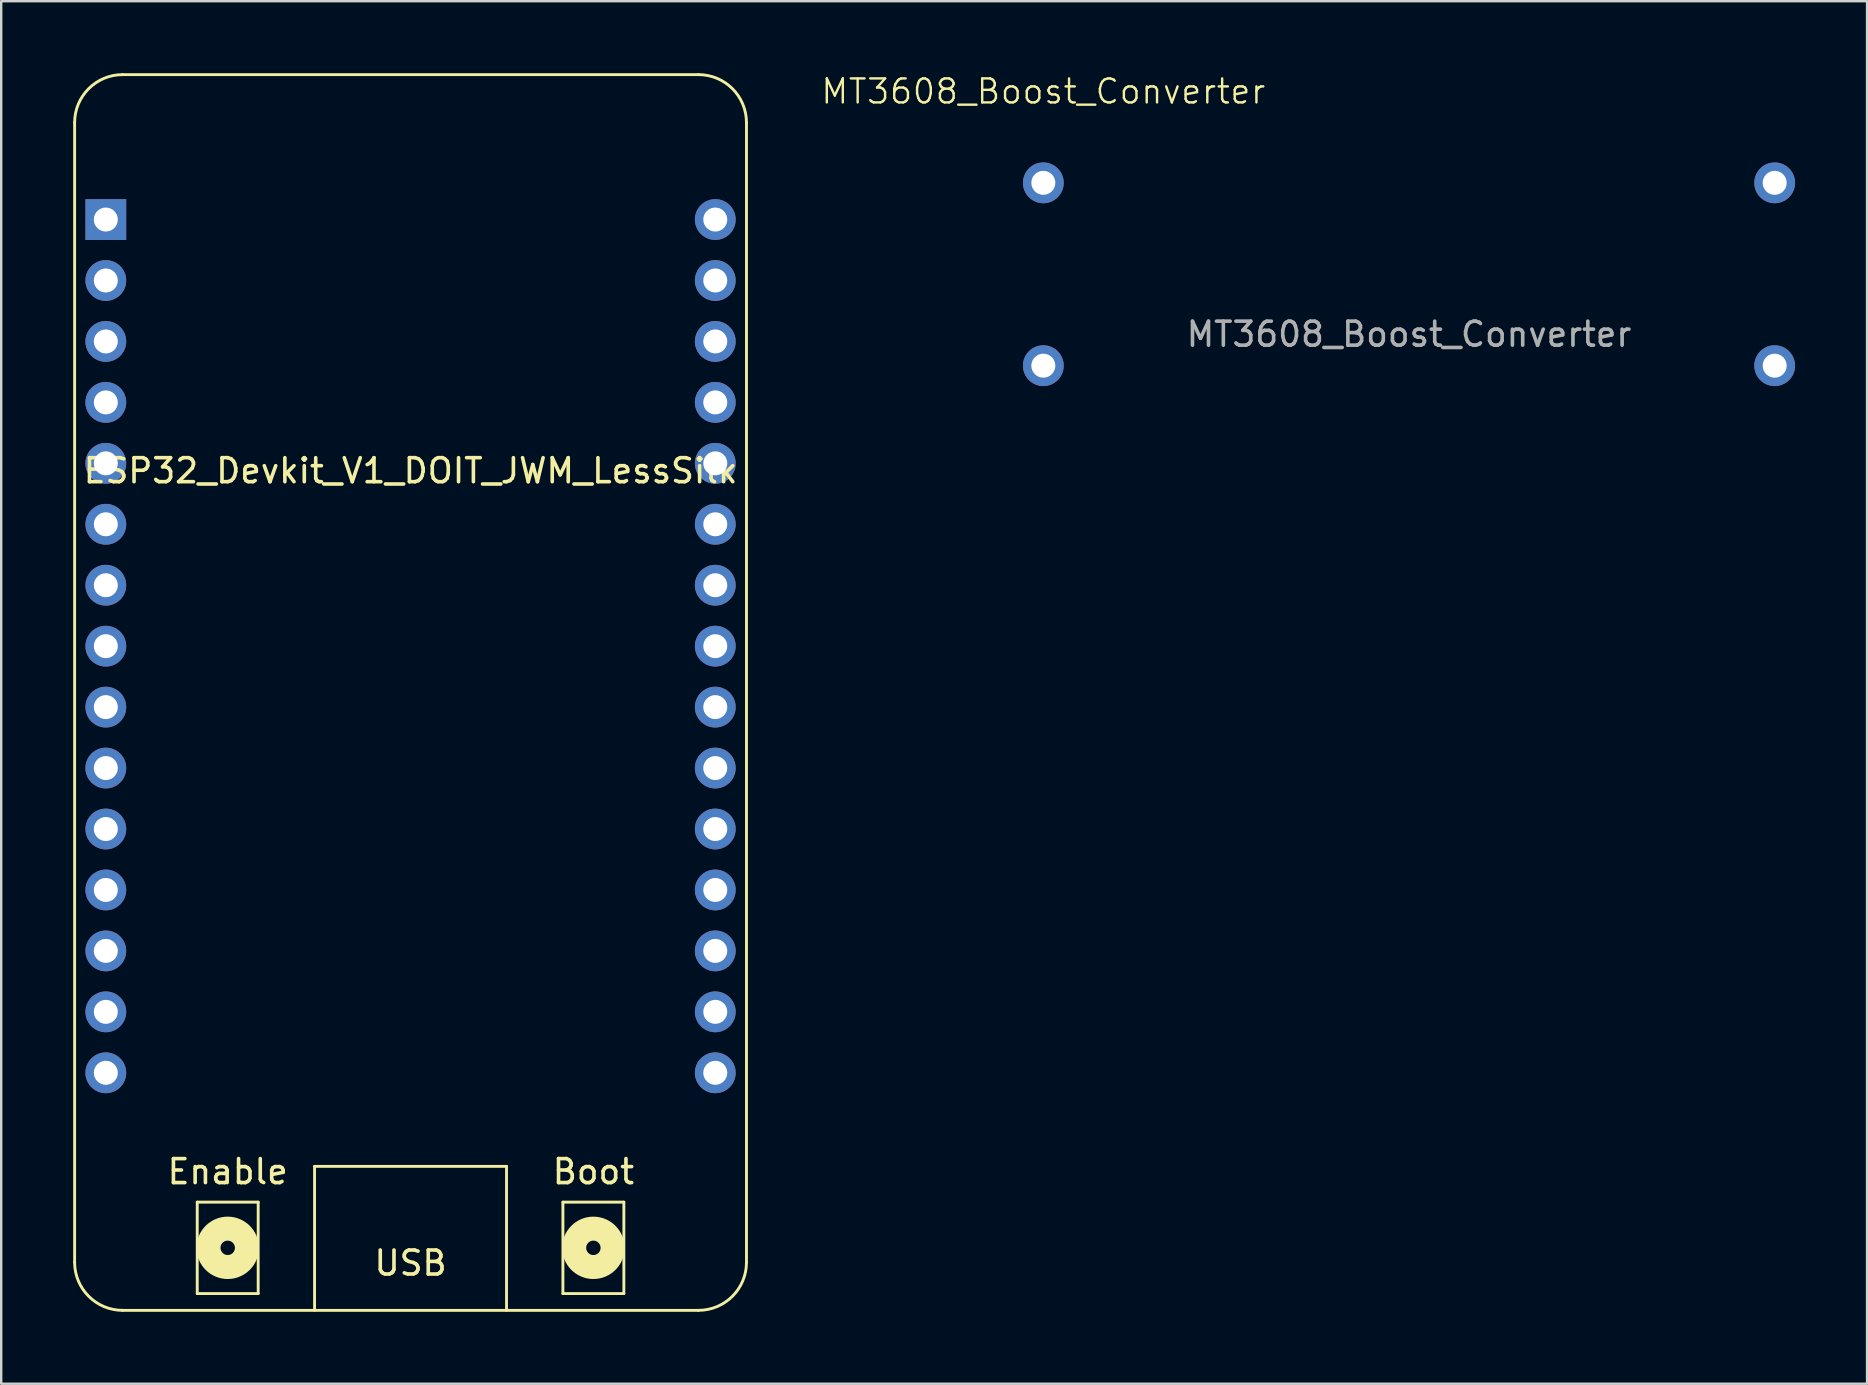
<source format=kicad_pcb>
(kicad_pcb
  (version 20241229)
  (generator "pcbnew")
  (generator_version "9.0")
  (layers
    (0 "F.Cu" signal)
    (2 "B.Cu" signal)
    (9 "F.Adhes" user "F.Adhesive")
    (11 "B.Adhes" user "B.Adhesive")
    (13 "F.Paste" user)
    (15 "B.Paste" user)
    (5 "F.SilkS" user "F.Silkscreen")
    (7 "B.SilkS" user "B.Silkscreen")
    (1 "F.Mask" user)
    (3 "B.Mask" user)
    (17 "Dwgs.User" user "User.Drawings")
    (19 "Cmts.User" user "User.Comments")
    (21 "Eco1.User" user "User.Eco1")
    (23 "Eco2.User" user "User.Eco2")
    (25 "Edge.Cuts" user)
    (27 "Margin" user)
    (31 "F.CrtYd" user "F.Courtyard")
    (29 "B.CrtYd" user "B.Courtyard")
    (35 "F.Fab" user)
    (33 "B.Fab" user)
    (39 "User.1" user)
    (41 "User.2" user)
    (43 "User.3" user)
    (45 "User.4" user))
  (footprint "ESP32_Devkit_V1_DOIT_JWM_LessSilk"
    (layer "F.Cu")
    (at 14.06 6.1)
    (property "Reference" "ESP32_Devkit_V1_DOIT_JWM_LessSilk" (at 0 10.47 0) (layer "F.SilkS") (effects (font (size 1 1) (thickness 0.15))))
    (attr through_hole)
    (fp_line (start -14 -4.04) (end -14 43.46) (stroke (width 0.12) (type solid)) (layer "F.SilkS"))
    (fp_line (start -12 -6.04) (end 12 -6.04) (stroke (width 0.12) (type solid)) (layer "F.SilkS"))
    (fp_line (start -12 45.46) (end 12 45.46) (stroke (width 0.12) (type solid)) (layer "F.SilkS"))
    (fp_line (start -8.89 40.95) (end -6.35 40.95) (stroke (width 0.12) (type solid)) (layer "F.SilkS"))
    (fp_line (start -8.89 44.76) (end -8.89 40.95) (stroke (width 0.12) (type solid)) (layer "F.SilkS"))
    (fp_line (start -6.35 40.95) (end -6.35 44.76) (stroke (width 0.12) (type solid)) (layer "F.SilkS"))
    (fp_line (start -6.35 44.76) (end -8.89 44.76) (stroke (width 0.12) (type solid)) (layer "F.SilkS"))
    (fp_line (start -4 39.46) (end -4 45.46) (stroke (width 0.12) (type solid)) (layer "F.SilkS"))
    (fp_line (start -4 39.46) (end 4 39.46) (stroke (width 0.12) (type solid)) (layer "F.SilkS"))
    (fp_line (start 4 39.46) (end 4 45.46) (stroke (width 0.12) (type solid)) (layer "F.SilkS"))
    (fp_line (start 6.35 40.95) (end 8.89 40.95) (stroke (width 0.12) (type solid)) (layer "F.SilkS"))
    (fp_line (start 6.35 44.76) (end 6.35 40.95) (stroke (width 0.12) (type solid)) (layer "F.SilkS"))
    (fp_line (start 8.89 40.95) (end 8.89 44.76) (stroke (width 0.12) (type solid)) (layer "F.SilkS"))
    (fp_line (start 8.89 44.76) (end 6.35 44.76) (stroke (width 0.12) (type solid)) (layer "F.SilkS"))
    (fp_line (start 14 43.46) (end 14 -4.04) (stroke (width 0.12) (type solid)) (layer "F.SilkS"))
    (fp_arc (start -14 -4.04) (mid -13.414214 -5.454214) (end -12 -6.04) (stroke (width 0.12) (type solid)) (layer "F.SilkS"))
    (fp_arc (start -12 45.46) (mid -13.414214 44.874214) (end -14 43.46) (stroke (width 0.12) (type solid)) (layer "F.SilkS"))
    (fp_arc (start 12 -6.04) (mid 13.414214 -5.454214) (end 14 -4.04) (stroke (width 0.12) (type solid)) (layer "F.SilkS"))
    (fp_arc (start 14 43.46) (mid 13.414214 44.874214) (end 12 45.46) (stroke (width 0.12) (type solid)) (layer "F.SilkS"))
    (fp_circle (center -7.62 42.855) (end -7.32 42.855) (stroke (width 1) (type solid)) (fill no) (layer "F.SilkS"))
    (fp_circle (center 7.62 42.855) (end 7.92 42.855) (stroke (width 1) (type solid)) (fill no) (layer "F.SilkS"))
    (fp_text user "USB" (at 0 43.49 0) (layer "F.SilkS") (effects (font (size 1 1) (thickness 0.15))))
    (fp_text user "Boot" (at 7.62 39.68 0) (layer "F.SilkS") (effects (font (size 1 1) (thickness 0.15))))
    (fp_text user "Enable" (at -7.62 39.68 0) (layer "F.SilkS") (effects (font (size 1 1) (thickness 0.15))))
    (pad "1" thru_hole rect (at -12.7 0) (size 1.7 1.7) (drill 1) (layers "*.Cu" "*.Mask"))
    (pad "2" thru_hole oval (at -12.7 2.54) (size 1.7 1.7) (drill 1) (layers "*.Cu" "*.Mask"))
    (pad "3" thru_hole oval (at -12.7 5.08) (size 1.7 1.7) (drill 1) (layers "*.Cu" "*.Mask"))
    (pad "4" thru_hole oval (at -12.7 7.62) (size 1.7 1.7) (drill 1) (layers "*.Cu" "*.Mask"))
    (pad "5" thru_hole oval (at -12.7 10.16) (size 1.7 1.7) (drill 1) (layers "*.Cu" "*.Mask"))
    (pad "6" thru_hole oval (at -12.7 12.7) (size 1.7 1.7) (drill 1) (layers "*.Cu" "*.Mask"))
    (pad "7" thru_hole oval (at -12.7 15.24) (size 1.7 1.7) (drill 1) (layers "*.Cu" "*.Mask"))
    (pad "8" thru_hole oval (at -12.7 17.78) (size 1.7 1.7) (drill 1) (layers "*.Cu" "*.Mask"))
    (pad "9" thru_hole oval (at -12.7 20.32) (size 1.7 1.7) (drill 1) (layers "*.Cu" "*.Mask"))
    (pad "10" thru_hole oval (at -12.7 22.86) (size 1.7 1.7) (drill 1) (layers "*.Cu" "*.Mask"))
    (pad "11" thru_hole oval (at -12.7 25.4) (size 1.7 1.7) (drill 1) (layers "*.Cu" "*.Mask"))
    (pad "12" thru_hole oval (at -12.7 27.94) (size 1.7 1.7) (drill 1) (layers "*.Cu" "*.Mask"))
    (pad "13" thru_hole oval (at -12.7 30.48) (size 1.7 1.7) (drill 1) (layers "*.Cu" "*.Mask"))
    (pad "14" thru_hole oval (at -12.7 33.02) (size 1.7 1.7) (drill 1) (layers "*.Cu" "*.Mask"))
    (pad "15" thru_hole oval (at -12.7 35.56) (size 1.7 1.7) (drill 1) (layers "*.Cu" "*.Mask"))
    (pad "16" thru_hole oval (at 12.7 35.56) (size 1.7 1.7) (drill 1) (layers "*.Cu" "*.Mask"))
    (pad "17" thru_hole oval (at 12.7 33.02) (size 1.7 1.7) (drill 1) (layers "*.Cu" "*.Mask"))
    (pad "18" thru_hole oval (at 12.7 30.48) (size 1.7 1.7) (drill 1) (layers "*.Cu" "*.Mask"))
    (pad "19" thru_hole oval (at 12.7 27.94) (size 1.7 1.7) (drill 1) (layers "*.Cu" "*.Mask"))
    (pad "20" thru_hole oval (at 12.7 25.4) (size 1.7 1.7) (drill 1) (layers "*.Cu" "*.Mask"))
    (pad "21" thru_hole oval (at 12.7 22.86) (size 1.7 1.7) (drill 1) (layers "*.Cu" "*.Mask"))
    (pad "22" thru_hole oval (at 12.7 20.32) (size 1.7 1.7) (drill 1) (layers "*.Cu" "*.Mask"))
    (pad "23" thru_hole oval (at 12.7 17.78) (size 1.7 1.7) (drill 1) (layers "*.Cu" "*.Mask"))
    (pad "24" thru_hole oval (at 12.7 15.24) (size 1.7 1.7) (drill 1) (layers "*.Cu" "*.Mask"))
    (pad "25" thru_hole oval (at 12.7 12.7) (size 1.7 1.7) (drill 1) (layers "*.Cu" "*.Mask"))
    (pad "26" thru_hole oval (at 12.7 10.16) (size 1.7 1.7) (drill 1) (layers "*.Cu" "*.Mask"))
    (pad "27" thru_hole oval (at 12.7 7.62) (size 1.7 1.7) (drill 1) (layers "*.Cu" "*.Mask"))
    (pad "28" thru_hole oval (at 12.7 5.08) (size 1.7 1.7) (drill 1) (layers "*.Cu" "*.Mask"))
    (pad "29" thru_hole oval (at 12.7 2.54) (size 1.7 1.7) (drill 1) (layers "*.Cu" "*.Mask"))
    (pad "30" thru_hole oval (at 12.7 0) (size 1.7 1.7) (drill 1) (layers "*.Cu" "*.Mask")))
  (footprint "MT3608_Boost_Converter"
    (layer "F.Cu")
    (at 55.672 8.38)
    (property "Reference" "MT3608_Boost_Converter" (at -15.24 -7.62 0) (unlocked yes) (layer "F.SilkS") (effects (font (size 1 1) (thickness 0.1))))
    (attr smd)
    (fp_text user "${REFERENCE}" (at 0 2.5 0) (unlocked yes) (layer "F.Fab") (effects (font (size 1 1) (thickness 0.15))))
    (pad "1" thru_hole oval (at 15.24 -3.81) (size 1.7 1.7) (drill 1) (layers "*.Cu" "*.Mask"))
    (pad "2" thru_hole oval (at 15.24 3.81) (size 1.7 1.7) (drill 1) (layers "*.Cu" "*.Mask"))
    (pad "3" thru_hole oval (at -15.24 -3.81) (size 1.7 1.7) (drill 1) (layers "*.Cu" "*.Mask"))
    (pad "4" thru_hole oval (at -15.24 3.81) (size 1.7 1.7) (drill 1) (layers "*.Cu" "*.Mask")))
  (gr_rect
    (start -3 -3)
    (end 74.762 54.62)
    (stroke (width 0.1) (type default))
    (fill no)
    (layer "Edge.Cuts")))
</source>
